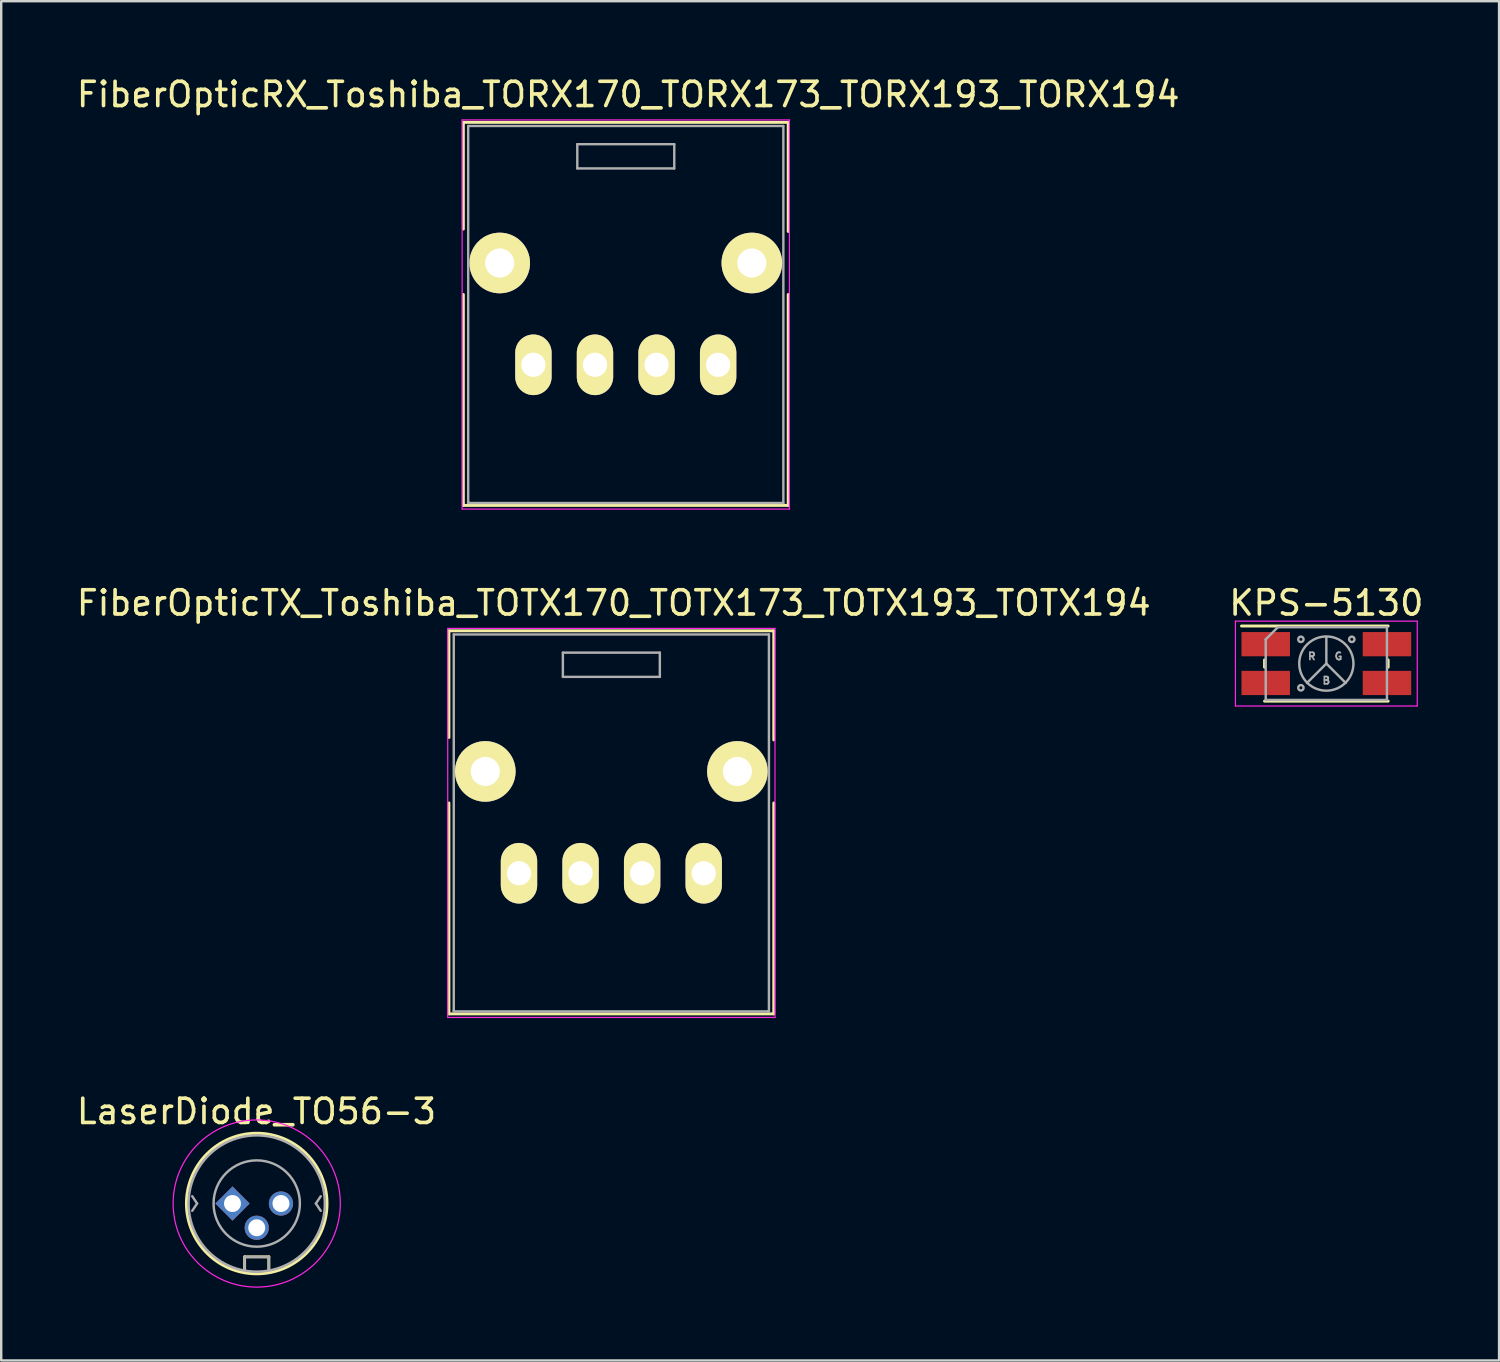
<source format=kicad_pcb>
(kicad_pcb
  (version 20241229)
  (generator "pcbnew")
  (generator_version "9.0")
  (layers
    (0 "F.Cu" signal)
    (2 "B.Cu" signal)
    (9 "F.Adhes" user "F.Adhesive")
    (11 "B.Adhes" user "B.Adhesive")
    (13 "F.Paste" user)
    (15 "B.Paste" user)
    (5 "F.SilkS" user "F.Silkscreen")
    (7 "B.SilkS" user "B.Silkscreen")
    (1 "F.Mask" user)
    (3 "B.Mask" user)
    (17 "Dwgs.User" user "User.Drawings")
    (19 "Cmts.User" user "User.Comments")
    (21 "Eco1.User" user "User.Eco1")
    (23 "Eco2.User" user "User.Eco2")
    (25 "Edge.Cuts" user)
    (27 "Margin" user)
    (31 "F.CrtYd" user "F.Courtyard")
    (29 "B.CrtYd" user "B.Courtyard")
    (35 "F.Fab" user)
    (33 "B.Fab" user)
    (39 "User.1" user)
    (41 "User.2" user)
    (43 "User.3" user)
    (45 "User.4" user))
  (footprint "FiberOpticRX_Toshiba_TORX170_TORX173_TORX193_TORX194"
    (layer "F.Cu")
    (at 18.953 11.998)
    (property "Reference" "FiberOpticRX_Toshiba_TORX170_TORX173_TORX193_TORX194" (at 3.91 -11.15 0) (layer "F.SilkS") (effects (font (size 1 1) (thickness 0.15))))
    (attr through_hole)
    (fp_line (start -2.89 -10) (end -2.89 -5.6) (stroke (width 0.12) (type solid)) (layer "F.SilkS"))
    (fp_line (start -2.89 5.8) (end -2.89 -2.9) (stroke (width 0.12) (type solid)) (layer "F.SilkS"))
    (fp_line (start -2.89 5.8) (end 10.51 5.8) (stroke (width 0.12) (type solid)) (layer "F.SilkS"))
    (fp_line (start 10.51 -10) (end -2.89 -10) (stroke (width 0.12) (type solid)) (layer "F.SilkS"))
    (fp_line (start 10.51 -10) (end 10.51 -5.5) (stroke (width 0.12) (type solid)) (layer "F.SilkS"))
    (fp_line (start 10.51 5.8) (end 10.51 -2.9) (stroke (width 0.12) (type solid)) (layer "F.SilkS"))
    (fp_line (start -2.94 -10.1) (end -2.94 5.95) (stroke (width 0.05) (type solid)) (layer "F.CrtYd"))
    (fp_line (start -2.94 -10.1) (end 10.56 -10.1) (stroke (width 0.05) (type solid)) (layer "F.CrtYd"))
    (fp_line (start 10.56 5.95) (end -2.94 5.95) (stroke (width 0.05) (type solid)) (layer "F.CrtYd"))
    (fp_line (start 10.56 5.95) (end 10.56 -10.1) (stroke (width 0.05) (type solid)) (layer "F.CrtYd"))
    (fp_line (start -2.69 -9.85) (end 10.31 -9.85) (stroke (width 0.1) (type solid)) (layer "F.Fab"))
    (fp_line (start -2.69 5.65) (end -2.69 -9.85) (stroke (width 0.1) (type solid)) (layer "F.Fab"))
    (fp_line (start -2.69 5.65) (end -2.69 5.7) (stroke (width 0.1) (type solid)) (layer "F.Fab"))
    (fp_line (start -2.69 5.7) (end 10.26 5.7) (stroke (width 0.1) (type solid)) (layer "F.Fab"))
    (fp_line (start 1.81 -9.1) (end 5.81 -9.1) (stroke (width 0.1) (type solid)) (layer "F.Fab"))
    (fp_line (start 1.81 -8.1) (end 1.81 -9.1) (stroke (width 0.1) (type solid)) (layer "F.Fab"))
    (fp_line (start 5.81 -9.1) (end 5.81 -8.1) (stroke (width 0.1) (type solid)) (layer "F.Fab"))
    (fp_line (start 5.81 -8.1) (end 1.81 -8.1) (stroke (width 0.1) (type solid)) (layer "F.Fab"))
    (fp_line (start 10.26 5.7) (end 10.31 5.7) (stroke (width 0.1) (type solid)) (layer "F.Fab"))
    (fp_line (start 10.31 5.7) (end 10.31 -9.85) (stroke (width 0.1) (type solid)) (layer "F.Fab"))
    (pad "1" thru_hole oval (at 0 0) (size 1.5 2.5) (drill 1) (layers "*.Cu" "*.Mask" "F.SilkS"))
    (pad "2" thru_hole oval (at 2.54 0) (size 1.5 2.5) (drill 1) (layers "*.Cu" "*.Mask" "F.SilkS"))
    (pad "3" thru_hole oval (at 5.08 0) (size 1.5 2.5) (drill 1) (layers "*.Cu" "*.Mask" "F.SilkS"))
    (pad "4" thru_hole oval (at 7.62 0) (size 1.5 2.5) (drill 1) (layers "*.Cu" "*.Mask" "F.SilkS"))
    (pad "5" thru_hole circle (at 9.01 -4.2) (size 2.5 2.5) (drill 1.2) (layers "*.Cu" "*.Mask" "F.SilkS"))
    (pad "6" thru_hole circle (at -1.39 -4.2) (size 2.5 2.5) (drill 1.2) (layers "*.Cu" "*.Mask" "F.SilkS")))
  (footprint "LaserDiode_TO56-3"
    (layer "F.Cu")
    (at 6.54 46.595)
    (property "Reference" "LaserDiode_TO56-3" (at 0.99 -3.8 0) (layer "F.SilkS") (effects (font (size 1 1) (thickness 0.15))))
    (attr through_hole)
    (fp_line (start 0.5 2.2) (end 1.5 2.2) (stroke (width 0.12) (type solid)) (layer "F.SilkS"))
    (fp_line (start 0.5 2.85) (end 0.5 2.2) (stroke (width 0.12) (type solid)) (layer "F.SilkS"))
    (fp_line (start 1.5 2.2) (end 1.5 2.85) (stroke (width 0.12) (type solid)) (layer "F.SilkS"))
    (fp_circle (center 1 0) (end 3.9 0) (stroke (width 0.12) (type solid)) (fill no) (layer "F.SilkS"))
    (fp_circle (center 1 0) (end 4.3 1) (stroke (width 0.05) (type solid)) (fill no) (layer "F.CrtYd"))
    (fp_line (start -1.66 -0.3) (end -1.46 0) (stroke (width 0.1) (type solid)) (layer "F.Fab"))
    (fp_line (start -1.46 0) (end -1.66 0.3) (stroke (width 0.1) (type solid)) (layer "F.Fab"))
    (fp_line (start 0.5 2.2) (end 1.5 2.2) (stroke (width 0.1) (type solid)) (layer "F.Fab"))
    (fp_line (start 0.5 2.7) (end 0.5 2.2) (stroke (width 0.1) (type solid)) (layer "F.Fab"))
    (fp_line (start 1.5 2.2) (end 1.5 2.7) (stroke (width 0.1) (type solid)) (layer "F.Fab"))
    (fp_line (start 3.44 0) (end 3.64 0.3) (stroke (width 0.1) (type solid)) (layer "F.Fab"))
    (fp_line (start 3.64 -0.3) (end 3.44 0) (stroke (width 0.1) (type solid)) (layer "F.Fab"))
    (fp_circle (center 1 0) (end 2.78 0) (stroke (width 0.1) (type solid)) (fill no) (layer "F.Fab"))
    (fp_circle (center 1 0) (end 3.81 0) (stroke (width 0.1) (type solid)) (fill no) (layer "F.Fab"))
    (pad "1" thru_hole rect (at 0 0 45) (size 1 1) (drill 0.7) (layers "*.Cu" "*.Mask"))
    (pad "2" thru_hole circle (at 1 1) (size 1 1) (drill 0.7) (layers "*.Cu" "*.Mask"))
    (pad "3" thru_hole circle (at 2 0) (size 1 1) (drill 0.7) (layers "*.Cu" "*.Mask")))
  (footprint "KPS-5130"
    (layer "F.Cu")
    (at 51.661 24.322)
    (property "Reference" "KPS-5130" (at 0 -2.5 0) (layer "F.SilkS") (effects (font (size 1 1) (thickness 0.15))))
    (attr smd)
    (fp_line (start -3.5 -1.55) (end 2.55 -1.55) (stroke (width 0.12) (type solid)) (layer "F.SilkS"))
    (fp_line (start -2.55 0.15) (end -2.55 -0.15) (stroke (width 0.12) (type solid)) (layer "F.SilkS"))
    (fp_line (start 2.55 -0.15) (end 2.55 0.15) (stroke (width 0.12) (type solid)) (layer "F.SilkS"))
    (fp_line (start 2.55 1.55) (end -2.55 1.55) (stroke (width 0.12) (type solid)) (layer "F.SilkS"))
    (fp_line (start -3.75 -1.75) (end -3.75 1.75) (stroke (width 0.05) (type solid)) (layer "F.CrtYd"))
    (fp_line (start -3.75 -1.75) (end 3.75 -1.75) (stroke (width 0.05) (type solid)) (layer "F.CrtYd"))
    (fp_line (start 3.75 1.75) (end -3.75 1.75) (stroke (width 0.05) (type solid)) (layer "F.CrtYd"))
    (fp_line (start 3.75 1.75) (end 3.75 -1.75) (stroke (width 0.05) (type solid)) (layer "F.CrtYd"))
    (fp_line (start -2.5 -1) (end -2.5 1.5) (stroke (width 0.1) (type solid)) (layer "F.Fab"))
    (fp_line (start -2.5 1.5) (end 2.5 1.5) (stroke (width 0.1) (type solid)) (layer "F.Fab"))
    (fp_line (start -2 -1.5) (end -2.5 -1) (stroke (width 0.1) (type solid)) (layer "F.Fab"))
    (fp_line (start 0 0) (end -0.8 0.8) (stroke (width 0.1) (type solid)) (layer "F.Fab"))
    (fp_line (start 0 0) (end 0 -1.1) (stroke (width 0.1) (type solid)) (layer "F.Fab"))
    (fp_line (start 0 0) (end 0.8 0.8) (stroke (width 0.1) (type solid)) (layer "F.Fab"))
    (fp_line (start 2.5 -1.5) (end -2 -1.5) (stroke (width 0.1) (type solid)) (layer "F.Fab"))
    (fp_line (start 2.5 1.5) (end 2.5 -1.5) (stroke (width 0.1) (type solid)) (layer "F.Fab"))
    (fp_circle (center -1.05 -1) (end -1 -0.9) (stroke (width 0.1) (type solid)) (fill no) (layer "F.Fab"))
    (fp_circle (center -1.05 1) (end -1 1.1) (stroke (width 0.1) (type solid)) (fill no) (layer "F.Fab"))
    (fp_circle (center 0 0) (end 1 0.5) (stroke (width 0.1) (type solid)) (fill no) (layer "F.Fab"))
    (fp_circle (center 1.05 -1) (end 1.1 -0.9) (stroke (width 0.1) (type solid)) (fill no) (layer "F.Fab"))
    (fp_text user "G" (at 0.5 -0.3 0) (layer "F.Fab") (effects (font (size 0.3 0.3) (thickness 0.07))))
    (fp_text user "B" (at 0 0.7 0) (layer "F.Fab") (effects (font (size 0.3 0.3) (thickness 0.07))))
    (fp_text user "R" (at -0.6 -0.3 0) (layer "F.Fab") (effects (font (size 0.3 0.3) (thickness 0.07))))
    (pad "1" smd rect (at -2.5 -0.8) (size 2 1) (layers "F.Cu" "F.Mask" "F.Paste"))
    (pad "2" smd rect (at 2.5 -0.8) (size 2 1) (layers "F.Cu" "F.Mask" "F.Paste"))
    (pad "3" smd rect (at -2.5 0.8) (size 2 1) (layers "F.Cu" "F.Mask" "F.Paste"))
    (pad "4" smd rect (at 2.5 0.8) (size 2 1) (layers "F.Cu" "F.Mask" "F.Paste")))
  (footprint "FiberOpticTX_Toshiba_TOTX170_TOTX173_TOTX193_TOTX194"
    (layer "F.Cu")
    (at 18.358 32.971)
    (property "Reference" "FiberOpticTX_Toshiba_TOTX170_TOTX173_TOTX193_TOTX194" (at 3.91 -11.15 0) (layer "F.SilkS") (effects (font (size 1 1) (thickness 0.15))))
    (attr through_hole)
    (fp_line (start -2.89 -10) (end -2.89 -5.6) (stroke (width 0.12) (type solid)) (layer "F.SilkS"))
    (fp_line (start -2.89 5.8) (end -2.89 -2.9) (stroke (width 0.12) (type solid)) (layer "F.SilkS"))
    (fp_line (start -2.89 5.8) (end 10.51 5.8) (stroke (width 0.12) (type solid)) (layer "F.SilkS"))
    (fp_line (start 10.51 -10) (end -2.89 -10) (stroke (width 0.12) (type solid)) (layer "F.SilkS"))
    (fp_line (start 10.51 -10) (end 10.51 -5.5) (stroke (width 0.12) (type solid)) (layer "F.SilkS"))
    (fp_line (start 10.51 5.8) (end 10.51 -2.9) (stroke (width 0.12) (type solid)) (layer "F.SilkS"))
    (fp_line (start -2.94 -10.1) (end -2.94 5.95) (stroke (width 0.05) (type solid)) (layer "F.CrtYd"))
    (fp_line (start -2.94 -10.1) (end 10.56 -10.1) (stroke (width 0.05) (type solid)) (layer "F.CrtYd"))
    (fp_line (start 10.56 5.95) (end -2.94 5.95) (stroke (width 0.05) (type solid)) (layer "F.CrtYd"))
    (fp_line (start 10.56 5.95) (end 10.56 -10.1) (stroke (width 0.05) (type solid)) (layer "F.CrtYd"))
    (fp_line (start -2.69 -9.85) (end 10.31 -9.85) (stroke (width 0.1) (type solid)) (layer "F.Fab"))
    (fp_line (start -2.69 5.65) (end -2.69 -9.85) (stroke (width 0.1) (type solid)) (layer "F.Fab"))
    (fp_line (start -2.69 5.65) (end -2.69 5.7) (stroke (width 0.1) (type solid)) (layer "F.Fab"))
    (fp_line (start -2.69 5.7) (end 10.26 5.7) (stroke (width 0.1) (type solid)) (layer "F.Fab"))
    (fp_line (start 1.81 -9.1) (end 5.81 -9.1) (stroke (width 0.1) (type solid)) (layer "F.Fab"))
    (fp_line (start 1.81 -8.1) (end 1.81 -9.1) (stroke (width 0.1) (type solid)) (layer "F.Fab"))
    (fp_line (start 5.81 -9.1) (end 5.81 -8.1) (stroke (width 0.1) (type solid)) (layer "F.Fab"))
    (fp_line (start 5.81 -8.1) (end 1.81 -8.1) (stroke (width 0.1) (type solid)) (layer "F.Fab"))
    (fp_line (start 10.26 5.7) (end 10.31 5.7) (stroke (width 0.1) (type solid)) (layer "F.Fab"))
    (fp_line (start 10.31 5.7) (end 10.31 -9.85) (stroke (width 0.1) (type solid)) (layer "F.Fab"))
    (pad "1" thru_hole oval (at 0 0) (size 1.5 2.5) (drill 1) (layers "*.Cu" "*.Mask" "F.SilkS"))
    (pad "2" thru_hole oval (at 2.54 0) (size 1.5 2.5) (drill 1) (layers "*.Cu" "*.Mask" "F.SilkS"))
    (pad "3" thru_hole oval (at 5.08 0) (size 1.5 2.5) (drill 1) (layers "*.Cu" "*.Mask" "F.SilkS"))
    (pad "4" thru_hole oval (at 7.62 0) (size 1.5 2.5) (drill 1) (layers "*.Cu" "*.Mask" "F.SilkS"))
    (pad "5" thru_hole circle (at 9.01 -4.2) (size 2.5 2.5) (drill 1.2) (layers "*.Cu" "*.Mask" "F.SilkS"))
    (pad "6" thru_hole circle (at -1.39 -4.2) (size 2.5 2.5) (drill 1.2) (layers "*.Cu" "*.Mask" "F.SilkS")))
  (gr_rect
    (start -3 -3)
    (end 58.786 53.068)
    (stroke (width 0.1) (type default))
    (fill no)
    (layer "Edge.Cuts")))
</source>
